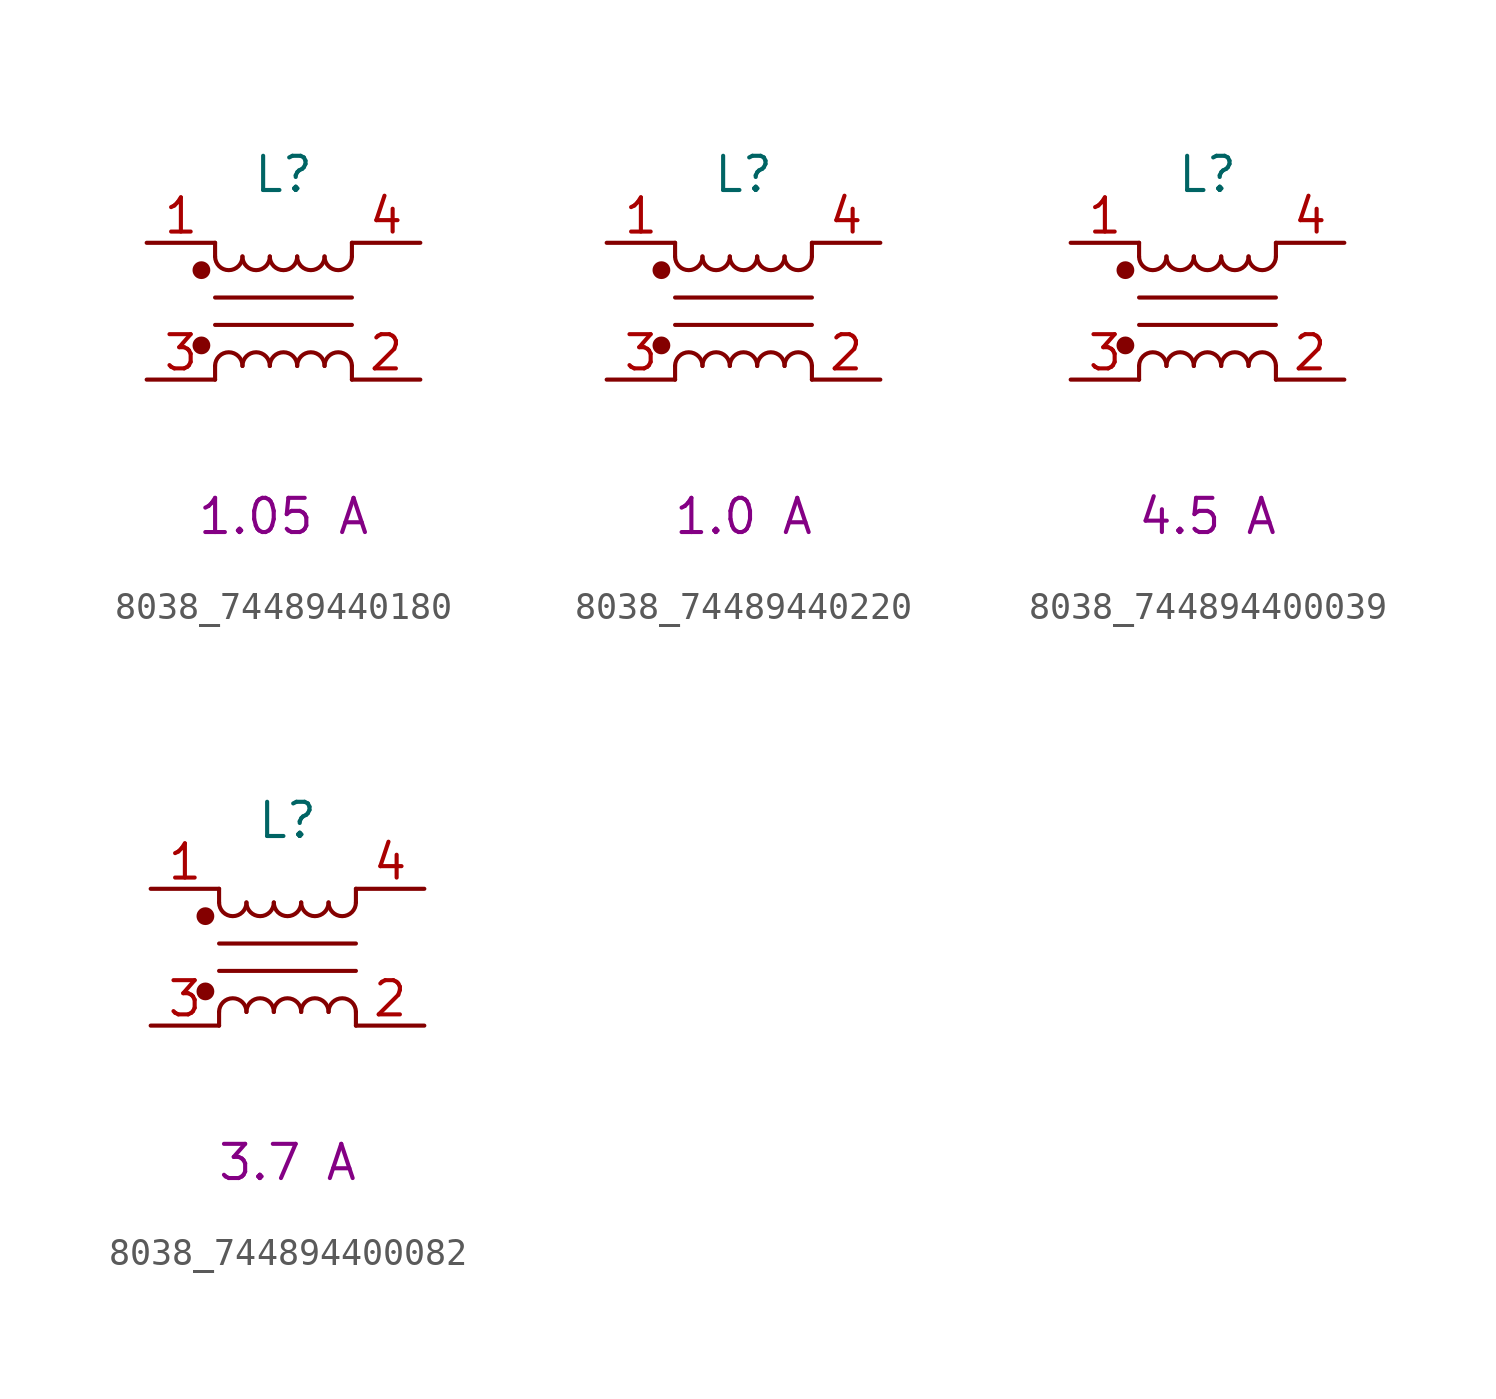
<source format=kicad_sym>
(kicad_symbol_lib
  (version 20220914)
  (generator kicad_symbol_editor)
  (symbol "8038_74489440180"
    (pin_names hide)
    (property "Reference" "L"
      (at 0 5.08 0)
      (effects (font (size 1.27 1.27))))
    (property "Critical Parameter" "1.05 A"
      (at 0 -7.62 0)
      (effects (font (size 1.27 1.27))))
    (symbol "8038_74489440180_0_1"
      (circle (center -3.048 -1.27) (radius 0.254) (stroke (width 0) (type default)) (fill (type outline)))
      (circle (center -3.048 1.524) (radius 0.254) (stroke (width 0) (type default)) (fill (type outline)))
      (arc (start -2.54 2.032) (mid -2.032 1.5262) (end -1.524 2.032) (stroke (width 0) (type default)) (fill (type none)))
      (arc (start -1.524 -2.032) (mid -2.032 -1.5262) (end -2.54 -2.032) (stroke (width 0) (type default)) (fill (type none)))
      (arc (start -1.524 2.032) (mid -1.016 1.5262) (end -0.508 2.032) (stroke (width 0) (type default)) (fill (type none)))
      (arc (start -0.508 -2.032) (mid -1.016 -1.5262) (end -1.524 -2.032) (stroke (width 0) (type default)) (fill (type none)))
      (arc (start -0.508 2.032) (mid 0 1.5262) (end 0.508 2.032) (stroke (width 0) (type default)) (fill (type none)))
      (polyline (pts (xy -2.54 -2.032) (xy -2.54 -2.54)) (stroke (width 0) (type default)) (fill (type none)))
      (polyline (pts (xy -2.54 0.508) (xy 2.54 0.508)) (stroke (width 0) (type default)) (fill (type none)))
      (polyline (pts (xy -2.54 2.032) (xy -2.54 2.54)) (stroke (width 0) (type default)) (fill (type none)))
      (polyline (pts (xy 2.54 -2.032) (xy 2.54 -2.54)) (stroke (width 0) (type default)) (fill (type none)))
      (polyline (pts (xy 2.54 -0.508) (xy -2.54 -0.508)) (stroke (width 0) (type default)) (fill (type none)))
      (polyline (pts (xy 2.54 2.54) (xy 2.54 2.032)) (stroke (width 0) (type default)) (fill (type none)))
      (arc (start 0.508 -2.032) (mid 0 -1.5262) (end -0.508 -2.032) (stroke (width 0) (type default)) (fill (type none)))
      (arc (start 0.508 2.032) (mid 1.016 1.5262) (end 1.524 2.032) (stroke (width 0) (type default)) (fill (type none)))
      (arc (start 1.524 -2.032) (mid 1.016 -1.5262) (end 0.508 -2.032) (stroke (width 0) (type default)) (fill (type none)))
      (arc (start 1.524 2.032) (mid 2.032 1.5262) (end 2.54 2.032) (stroke (width 0) (type default)) (fill (type none)))
      (arc (start 2.54 -2.032) (mid 2.032 -1.5262) (end 1.524 -2.032) (stroke (width 0) (type default)) (fill (type none))))
    (symbol "8038_74489440180_1_1"
      (pin passive line (at -5.08 2.54 0) (length 2.54) (name "1" (effects (font (size 1.27 1.27)))) (number "1" (effects (font (size 1.27 1.27)))))
      (pin passive line (at 5.08 -2.54 180) (length 2.54) (name "2" (effects (font (size 1.27 1.27)))) (number "2" (effects (font (size 1.27 1.27)))))
      (pin passive line (at -5.08 -2.54 0) (length 2.54) (name "3" (effects (font (size 1.27 1.27)))) (number "3" (effects (font (size 1.27 1.27)))))
      (pin passive line (at 5.08 2.54 180) (length 2.54) (name "4" (effects (font (size 1.27 1.27)))) (number "4" (effects (font (size 1.27 1.27)))))))
  (symbol "8038_74489440220"
    (pin_names hide)
    (property "Reference" "L"
      (at 0 5.08 0)
      (effects (font (size 1.27 1.27))))
    (property "Critical Parameter" "1.0 A"
      (at 0 -7.62 0)
      (effects (font (size 1.27 1.27))))
    (symbol "8038_74489440220_0_1"
      (circle (center -3.048 -1.27) (radius 0.254) (stroke (width 0) (type default)) (fill (type outline)))
      (circle (center -3.048 1.524) (radius 0.254) (stroke (width 0) (type default)) (fill (type outline)))
      (arc (start -2.54 2.032) (mid -2.032 1.5262) (end -1.524 2.032) (stroke (width 0) (type default)) (fill (type none)))
      (arc (start -1.524 -2.032) (mid -2.032 -1.5262) (end -2.54 -2.032) (stroke (width 0) (type default)) (fill (type none)))
      (arc (start -1.524 2.032) (mid -1.016 1.5262) (end -0.508 2.032) (stroke (width 0) (type default)) (fill (type none)))
      (arc (start -0.508 -2.032) (mid -1.016 -1.5262) (end -1.524 -2.032) (stroke (width 0) (type default)) (fill (type none)))
      (arc (start -0.508 2.032) (mid 0 1.5262) (end 0.508 2.032) (stroke (width 0) (type default)) (fill (type none)))
      (polyline (pts (xy -2.54 -2.032) (xy -2.54 -2.54)) (stroke (width 0) (type default)) (fill (type none)))
      (polyline (pts (xy -2.54 0.508) (xy 2.54 0.508)) (stroke (width 0) (type default)) (fill (type none)))
      (polyline (pts (xy -2.54 2.032) (xy -2.54 2.54)) (stroke (width 0) (type default)) (fill (type none)))
      (polyline (pts (xy 2.54 -2.032) (xy 2.54 -2.54)) (stroke (width 0) (type default)) (fill (type none)))
      (polyline (pts (xy 2.54 -0.508) (xy -2.54 -0.508)) (stroke (width 0) (type default)) (fill (type none)))
      (polyline (pts (xy 2.54 2.54) (xy 2.54 2.032)) (stroke (width 0) (type default)) (fill (type none)))
      (arc (start 0.508 -2.032) (mid 0 -1.5262) (end -0.508 -2.032) (stroke (width 0) (type default)) (fill (type none)))
      (arc (start 0.508 2.032) (mid 1.016 1.5262) (end 1.524 2.032) (stroke (width 0) (type default)) (fill (type none)))
      (arc (start 1.524 -2.032) (mid 1.016 -1.5262) (end 0.508 -2.032) (stroke (width 0) (type default)) (fill (type none)))
      (arc (start 1.524 2.032) (mid 2.032 1.5262) (end 2.54 2.032) (stroke (width 0) (type default)) (fill (type none)))
      (arc (start 2.54 -2.032) (mid 2.032 -1.5262) (end 1.524 -2.032) (stroke (width 0) (type default)) (fill (type none))))
    (symbol "8038_74489440220_1_1"
      (pin passive line (at -5.08 2.54 0) (length 2.54) (name "1" (effects (font (size 1.27 1.27)))) (number "1" (effects (font (size 1.27 1.27)))))
      (pin passive line (at 5.08 -2.54 180) (length 2.54) (name "2" (effects (font (size 1.27 1.27)))) (number "2" (effects (font (size 1.27 1.27)))))
      (pin passive line (at -5.08 -2.54 0) (length 2.54) (name "3" (effects (font (size 1.27 1.27)))) (number "3" (effects (font (size 1.27 1.27)))))
      (pin passive line (at 5.08 2.54 180) (length 2.54) (name "4" (effects (font (size 1.27 1.27)))) (number "4" (effects (font (size 1.27 1.27)))))))
  (symbol "8038_744894400039"
    (pin_names hide)
    (property "Reference" "L"
      (at 0 5.08 0)
      (effects (font (size 1.27 1.27))))
    (property "Critical Parameter" "4.5 A"
      (at 0 -7.62 0)
      (effects (font (size 1.27 1.27))))
    (symbol "8038_744894400039_0_1"
      (circle (center -3.048 -1.27) (radius 0.254) (stroke (width 0) (type default)) (fill (type outline)))
      (circle (center -3.048 1.524) (radius 0.254) (stroke (width 0) (type default)) (fill (type outline)))
      (arc (start -2.54 2.032) (mid -2.032 1.5262) (end -1.524 2.032) (stroke (width 0) (type default)) (fill (type none)))
      (arc (start -1.524 -2.032) (mid -2.032 -1.5262) (end -2.54 -2.032) (stroke (width 0) (type default)) (fill (type none)))
      (arc (start -1.524 2.032) (mid -1.016 1.5262) (end -0.508 2.032) (stroke (width 0) (type default)) (fill (type none)))
      (arc (start -0.508 -2.032) (mid -1.016 -1.5262) (end -1.524 -2.032) (stroke (width 0) (type default)) (fill (type none)))
      (arc (start -0.508 2.032) (mid 0 1.5262) (end 0.508 2.032) (stroke (width 0) (type default)) (fill (type none)))
      (polyline (pts (xy -2.54 -2.032) (xy -2.54 -2.54)) (stroke (width 0) (type default)) (fill (type none)))
      (polyline (pts (xy -2.54 0.508) (xy 2.54 0.508)) (stroke (width 0) (type default)) (fill (type none)))
      (polyline (pts (xy -2.54 2.032) (xy -2.54 2.54)) (stroke (width 0) (type default)) (fill (type none)))
      (polyline (pts (xy 2.54 -2.032) (xy 2.54 -2.54)) (stroke (width 0) (type default)) (fill (type none)))
      (polyline (pts (xy 2.54 -0.508) (xy -2.54 -0.508)) (stroke (width 0) (type default)) (fill (type none)))
      (polyline (pts (xy 2.54 2.54) (xy 2.54 2.032)) (stroke (width 0) (type default)) (fill (type none)))
      (arc (start 0.508 -2.032) (mid 0 -1.5262) (end -0.508 -2.032) (stroke (width 0) (type default)) (fill (type none)))
      (arc (start 0.508 2.032) (mid 1.016 1.5262) (end 1.524 2.032) (stroke (width 0) (type default)) (fill (type none)))
      (arc (start 1.524 -2.032) (mid 1.016 -1.5262) (end 0.508 -2.032) (stroke (width 0) (type default)) (fill (type none)))
      (arc (start 1.524 2.032) (mid 2.032 1.5262) (end 2.54 2.032) (stroke (width 0) (type default)) (fill (type none)))
      (arc (start 2.54 -2.032) (mid 2.032 -1.5262) (end 1.524 -2.032) (stroke (width 0) (type default)) (fill (type none))))
    (symbol "8038_744894400039_1_1"
      (pin passive line (at -5.08 2.54 0) (length 2.54) (name "1" (effects (font (size 1.27 1.27)))) (number "1" (effects (font (size 1.27 1.27)))))
      (pin passive line (at 5.08 -2.54 180) (length 2.54) (name "2" (effects (font (size 1.27 1.27)))) (number "2" (effects (font (size 1.27 1.27)))))
      (pin passive line (at -5.08 -2.54 0) (length 2.54) (name "3" (effects (font (size 1.27 1.27)))) (number "3" (effects (font (size 1.27 1.27)))))
      (pin passive line (at 5.08 2.54 180) (length 2.54) (name "4" (effects (font (size 1.27 1.27)))) (number "4" (effects (font (size 1.27 1.27)))))))
  (symbol "8038_744894400082"
    (pin_names hide)
    (property "Reference" "L"
      (at 0 5.08 0)
      (effects (font (size 1.27 1.27))))
    (property "Critical Parameter" "3.7 A"
      (at 0 -7.62 0)
      (effects (font (size 1.27 1.27))))
    (symbol "8038_744894400082_0_1"
      (circle (center -3.048 -1.27) (radius 0.254) (stroke (width 0) (type default)) (fill (type outline)))
      (circle (center -3.048 1.524) (radius 0.254) (stroke (width 0) (type default)) (fill (type outline)))
      (arc (start -2.54 2.032) (mid -2.032 1.5262) (end -1.524 2.032) (stroke (width 0) (type default)) (fill (type none)))
      (arc (start -1.524 -2.032) (mid -2.032 -1.5262) (end -2.54 -2.032) (stroke (width 0) (type default)) (fill (type none)))
      (arc (start -1.524 2.032) (mid -1.016 1.5262) (end -0.508 2.032) (stroke (width 0) (type default)) (fill (type none)))
      (arc (start -0.508 -2.032) (mid -1.016 -1.5262) (end -1.524 -2.032) (stroke (width 0) (type default)) (fill (type none)))
      (arc (start -0.508 2.032) (mid 0 1.5262) (end 0.508 2.032) (stroke (width 0) (type default)) (fill (type none)))
      (polyline (pts (xy -2.54 -2.032) (xy -2.54 -2.54)) (stroke (width 0) (type default)) (fill (type none)))
      (polyline (pts (xy -2.54 0.508) (xy 2.54 0.508)) (stroke (width 0) (type default)) (fill (type none)))
      (polyline (pts (xy -2.54 2.032) (xy -2.54 2.54)) (stroke (width 0) (type default)) (fill (type none)))
      (polyline (pts (xy 2.54 -2.032) (xy 2.54 -2.54)) (stroke (width 0) (type default)) (fill (type none)))
      (polyline (pts (xy 2.54 -0.508) (xy -2.54 -0.508)) (stroke (width 0) (type default)) (fill (type none)))
      (polyline (pts (xy 2.54 2.54) (xy 2.54 2.032)) (stroke (width 0) (type default)) (fill (type none)))
      (arc (start 0.508 -2.032) (mid 0 -1.5262) (end -0.508 -2.032) (stroke (width 0) (type default)) (fill (type none)))
      (arc (start 0.508 2.032) (mid 1.016 1.5262) (end 1.524 2.032) (stroke (width 0) (type default)) (fill (type none)))
      (arc (start 1.524 -2.032) (mid 1.016 -1.5262) (end 0.508 -2.032) (stroke (width 0) (type default)) (fill (type none)))
      (arc (start 1.524 2.032) (mid 2.032 1.5262) (end 2.54 2.032) (stroke (width 0) (type default)) (fill (type none)))
      (arc (start 2.54 -2.032) (mid 2.032 -1.5262) (end 1.524 -2.032) (stroke (width 0) (type default)) (fill (type none))))
    (symbol "8038_744894400082_1_1"
      (pin passive line (at -5.08 2.54 0) (length 2.54) (name "1" (effects (font (size 1.27 1.27)))) (number "1" (effects (font (size 1.27 1.27)))))
      (pin passive line (at 5.08 -2.54 180) (length 2.54) (name "2" (effects (font (size 1.27 1.27)))) (number "2" (effects (font (size 1.27 1.27)))))
      (pin passive line (at -5.08 -2.54 0) (length 2.54) (name "3" (effects (font (size 1.27 1.27)))) (number "3" (effects (font (size 1.27 1.27)))))
      (pin passive line (at 5.08 2.54 180) (length 2.54) (name "4" (effects (font (size 1.27 1.27)))) (number "4" (effects (font (size 1.27 1.27))))))))
</source>
